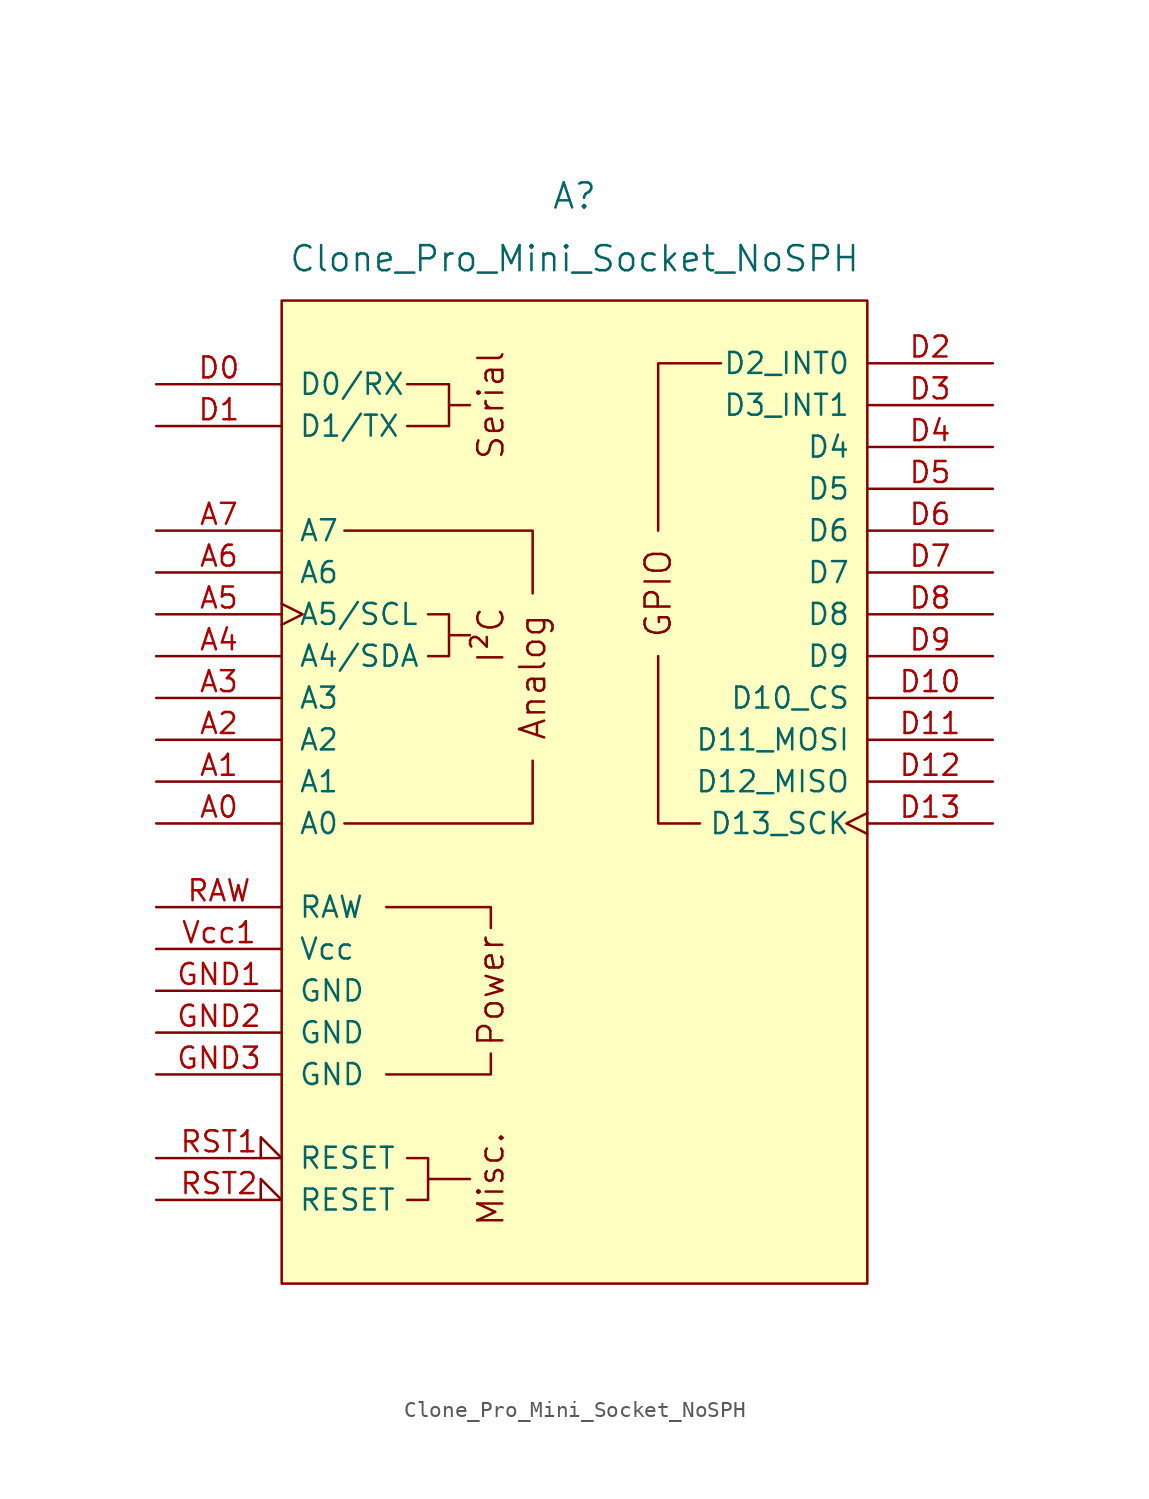
<source format=kicad_sym>
(kicad_symbol_lib
  (version 20211014)
  (generator kicad_symbol_editor)
  (symbol "Clone_Pro_Mini_Socket_NoSPH"
    (pin_names
      (offset 1.016))
    (property "Reference" "A"
      (at 0 36.83 0)
      (effects (font (size 1.524 1.524))))
    (property "Value" "Clone_Pro_Mini_Socket_NoSPH"
      (at 0 33.02 0)
      (effects (font (size 1.524 1.524))))
    (symbol "Clone_Pro_Mini_Socket_NoSPH_0_0"
      (rectangle (start -17.78 30.48) (end 17.78 -29.21) (stroke (width 0) (type default) (color 0 0 0 0)) (fill (type background)))
      (polyline (pts (xy -7.62 10.16) (xy -6.35 10.16)) (stroke (width 0) (type default) (color 0 0 0 0)) (fill (type none)))
      (polyline (pts (xy -7.62 24.13) (xy -6.35 24.13)) (stroke (width 0) (type default) (color 0 0 0 0)) (fill (type none)))
      (polyline (pts (xy -6.35 -22.86) (xy -8.89 -22.86)) (stroke (width 0) (type default) (color 0 0 0 0)) (fill (type none)))
      (polyline (pts (xy -11.43 -16.51) (xy -5.08 -16.51) (xy -5.08 -15.24)) (stroke (width 0) (type default) (color 0 0 0 0)) (fill (type none)))
      (polyline (pts (xy -5.08 -7.62) (xy -5.08 -6.35) (xy -11.43 -6.35)) (stroke (width 0) (type default) (color 0 0 0 0)) (fill (type none)))
      (polyline (pts (xy -2.54 2.54) (xy -2.54 -1.27) (xy -13.97 -1.27)) (stroke (width 0) (type default) (color 0 0 0 0)) (fill (type none)))
      (polyline (pts (xy -2.54 12.7) (xy -2.54 16.51) (xy -13.97 16.51)) (stroke (width 0) (type default) (color 0 0 0 0)) (fill (type none)))
      (polyline (pts (xy -10.16 25.4) (xy -7.62 25.4) (xy -7.62 22.86) (xy -10.16 22.86)) (stroke (width 0) (type default) (color 0 0 0 0)) (fill (type none)))
      (polyline (pts (xy -8.89 11.43) (xy -7.62 11.43) (xy -7.62 8.89) (xy -8.89 8.89)) (stroke (width 0) (type default) (color 0 0 0 0)) (fill (type none)))
      (text "Analog" (at -2.54 7.62 900) (effects (font (size 1.524 1.524))))
      (text "I²C" (at -5.08 10.16 900) (effects (font (size 1.524 1.524))))
      (text "Misc." (at -5.08 -22.86 900) (effects (font (size 1.524 1.524))))
      (text "Power" (at -5.08 -11.43 900) (effects (font (size 1.524 1.524))))
      (text "Serial" (at -5.08 24.13 900) (effects (font (size 1.524 1.524)))))
    (symbol "Clone_Pro_Mini_Socket_NoSPH_0_1"
      (polyline (pts (xy 7.62 -1.27) (xy 5.08 -1.27) (xy 5.08 8.89)) (stroke (width 0) (type default) (color 0 0 0 0)) (fill (type none)))
      (polyline (pts (xy 8.89 26.67) (xy 5.08 26.67) (xy 5.08 16.51)) (stroke (width 0) (type default) (color 0 0 0 0)) (fill (type none)))
      (polyline (pts (xy -10.16 -24.13) (xy -8.89 -24.13) (xy -8.89 -21.59) (xy -10.16 -21.59)) (stroke (width 0) (type default) (color 0 0 0 0)) (fill (type none))))
    (symbol "Clone_Pro_Mini_Socket_NoSPH_1_0"
      (text "GPIO" (at 5.08 12.7 900) (effects (font (size 1.524 1.524)))))
    (symbol "Clone_Pro_Mini_Socket_NoSPH_1_1"
      (pin bidirectional line (at -25.4 -1.27 0) (length 7.62) (name "A0" (effects (font (size 1.27 1.27)))) (number "A0" (effects (font (size 1.27 1.27)))))
      (pin bidirectional line (at -25.4 1.27 0) (length 7.62) (name "A1" (effects (font (size 1.27 1.27)))) (number "A1" (effects (font (size 1.27 1.27)))))
      (pin bidirectional line (at -25.4 3.81 0) (length 7.62) (name "A2" (effects (font (size 1.27 1.27)))) (number "A2" (effects (font (size 1.27 1.27)))))
      (pin bidirectional line (at -25.4 6.35 0) (length 7.62) (name "A3" (effects (font (size 1.27 1.27)))) (number "A3" (effects (font (size 1.27 1.27)))))
      (pin bidirectional line (at -25.4 8.89 0) (length 7.62) (name "A4/SDA" (effects (font (size 1.27 1.27)))) (number "A4" (effects (font (size 1.27 1.27)))))
      (pin bidirectional clock (at -25.4 11.43 0) (length 7.62) (name "A5/SCL" (effects (font (size 1.27 1.27)))) (number "A5" (effects (font (size 1.27 1.27)))))
      (pin input line (at -25.4 13.97 0) (length 7.62) (name "A6" (effects (font (size 1.27 1.27)))) (number "A6" (effects (font (size 1.27 1.27)))))
      (pin input line (at -25.4 16.51 0) (length 7.62) (name "A7" (effects (font (size 1.27 1.27)))) (number "A7" (effects (font (size 1.27 1.27)))))
      (pin bidirectional line (at -25.4 25.4 0) (length 7.62) (name "D0/RX" (effects (font (size 1.27 1.27)))) (number "D0" (effects (font (size 1.27 1.27)))))
      (pin bidirectional line (at -25.4 22.86 0) (length 7.62) (name "D1/TX" (effects (font (size 1.27 1.27)))) (number "D1" (effects (font (size 1.27 1.27)))))
      (pin bidirectional line (at 25.4 6.35 180) (length 7.62) (name "D10_CS" (effects (font (size 1.27 1.27)))) (number "D10" (effects (font (size 1.27 1.27)))))
      (pin bidirectional line (at 25.4 3.81 180) (length 7.62) (name "D11_MOSI" (effects (font (size 1.27 1.27)))) (number "D11" (effects (font (size 1.27 1.27)))))
      (pin bidirectional line (at 25.4 1.27 180) (length 7.62) (name "D12_MISO" (effects (font (size 1.27 1.27)))) (number "D12" (effects (font (size 1.27 1.27)))))
      (pin bidirectional clock (at 25.4 -1.27 180) (length 7.62) (name "D13_SCK" (effects (font (size 1.27 1.27)))) (number "D13" (effects (font (size 1.27 1.27)))))
      (pin bidirectional line (at 25.4 26.67 180) (length 7.62) (name "D2_INT0" (effects (font (size 1.27 1.27)))) (number "D2" (effects (font (size 1.27 1.27)))))
      (pin bidirectional line (at 25.4 24.13 180) (length 7.62) (name "D3_INT1" (effects (font (size 1.27 1.27)))) (number "D3" (effects (font (size 1.27 1.27)))))
      (pin bidirectional line (at 25.4 21.59 180) (length 7.62) (name "D4" (effects (font (size 1.27 1.27)))) (number "D4" (effects (font (size 1.27 1.27)))))
      (pin bidirectional line (at 25.4 19.05 180) (length 7.62) (name "D5" (effects (font (size 1.27 1.27)))) (number "D5" (effects (font (size 1.27 1.27)))))
      (pin bidirectional line (at 25.4 16.51 180) (length 7.62) (name "D6" (effects (font (size 1.27 1.27)))) (number "D6" (effects (font (size 1.27 1.27)))))
      (pin bidirectional line (at 25.4 13.97 180) (length 7.62) (name "D7" (effects (font (size 1.27 1.27)))) (number "D7" (effects (font (size 1.27 1.27)))))
      (pin bidirectional line (at 25.4 11.43 180) (length 7.62) (name "D8" (effects (font (size 1.27 1.27)))) (number "D8" (effects (font (size 1.27 1.27)))))
      (pin bidirectional line (at 25.4 8.89 180) (length 7.62) (name "D9" (effects (font (size 1.27 1.27)))) (number "D9" (effects (font (size 1.27 1.27)))))
      (pin power_in line (at -25.4 -11.43 0) (length 7.62) (name "GND" (effects (font (size 1.27 1.27)))) (number "GND1" (effects (font (size 1.27 1.27)))))
      (pin power_in line (at -25.4 -13.97 0) (length 7.62) (name "GND" (effects (font (size 1.27 1.27)))) (number "GND2" (effects (font (size 1.27 1.27)))))
      (pin power_in line (at -25.4 -16.51 0) (length 7.62) (name "GND" (effects (font (size 1.27 1.27)))) (number "GND3" (effects (font (size 1.27 1.27)))))
      (pin power_in line (at -25.4 -6.35 0) (length 7.62) (name "RAW" (effects (font (size 1.27 1.27)))) (number "RAW" (effects (font (size 1.27 1.27)))))
      (pin open_collector input_low (at -25.4 -21.59 0) (length 7.62) (name "RESET" (effects (font (size 1.27 1.27)))) (number "RST1" (effects (font (size 1.27 1.27)))))
      (pin open_collector input_low (at -25.4 -24.13 0) (length 7.62) (name "RESET" (effects (font (size 1.27 1.27)))) (number "RST2" (effects (font (size 1.27 1.27)))))
      (pin power_in line (at -25.4 -8.89 0) (length 7.62) (name "Vcc" (effects (font (size 1.27 1.27)))) (number "Vcc1" (effects (font (size 1.27 1.27))))))))
</source>
